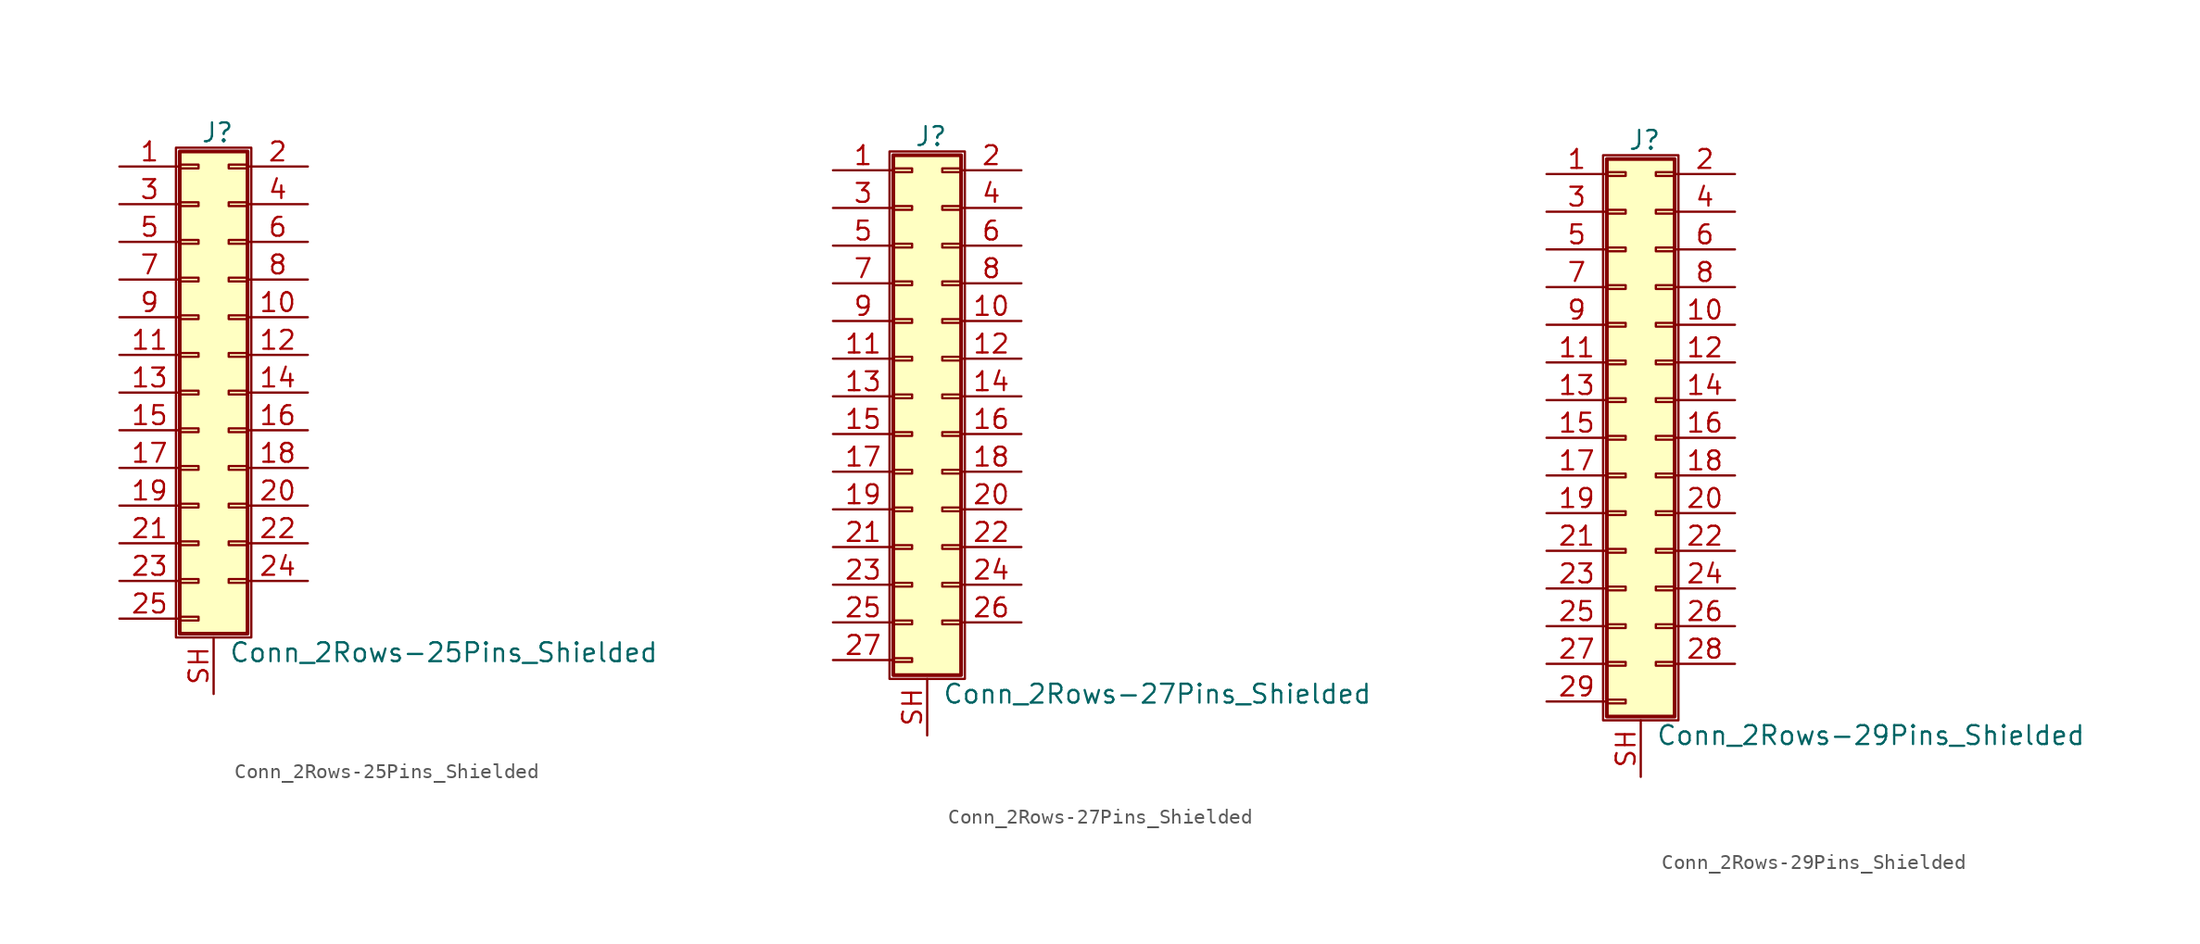
<source format=kicad_sym>
(kicad_symbol_lib
  (version 20201005)
  (generator kicad_symbol_editor)
  (symbol "Conn_2Rows-25Pins_Shielded"
    (pin_names
      (offset 1.016) hide)
    (property "Reference" "J"
      (at 1.524 17.526 0)
      (effects (font (size 1.27 1.27))))
    (property "Value" "Conn_2Rows-25Pins_Shielded"
      (at 2.286 -17.526 0)
      (effects (font (size 1.27 1.27)) (justify left)))
    (symbol "Conn_2Rows-25Pins_Shielded_1_1"
      (rectangle (start -1.27 16.51) (end 3.81 -16.51) (stroke (width 0.152)) (fill (type none)))
      (rectangle (start -1.016 -15.113) (end 0.254 -15.367) (stroke (width 0.152)) (fill (type none)))
      (rectangle (start -1.016 -12.573) (end 0.254 -12.827) (stroke (width 0.152)) (fill (type none)))
      (rectangle (start -1.016 -10.033) (end 0.254 -10.287) (stroke (width 0.152)) (fill (type none)))
      (rectangle (start -1.016 -7.493) (end 0.254 -7.747) (stroke (width 0.152)) (fill (type none)))
      (rectangle (start -1.016 -4.953) (end 0.254 -5.207) (stroke (width 0.152)) (fill (type none)))
      (rectangle (start -1.016 -2.413) (end 0.254 -2.667) (stroke (width 0.152)) (fill (type none)))
      (rectangle (start -1.016 0.127) (end 0.254 -0.127) (stroke (width 0.152)) (fill (type none)))
      (rectangle (start -1.016 2.667) (end 0.254 2.413) (stroke (width 0.152)) (fill (type none)))
      (rectangle (start -1.016 5.207) (end 0.254 4.953) (stroke (width 0.152)) (fill (type none)))
      (rectangle (start -1.016 7.747) (end 0.254 7.493) (stroke (width 0.152)) (fill (type none)))
      (rectangle (start -1.016 10.287) (end 0.254 10.033) (stroke (width 0.152)) (fill (type none)))
      (rectangle (start -1.016 12.827) (end 0.254 12.573) (stroke (width 0.152)) (fill (type none)))
      (rectangle (start -1.016 15.367) (end 0.254 15.113) (stroke (width 0.152)) (fill (type none)))
      (rectangle (start -1.016 16.256) (end 3.556 -16.256) (stroke (width 0.254)) (fill (type background)))
      (rectangle (start 3.556 -12.573) (end 2.286 -12.827) (stroke (width 0.152)) (fill (type none)))
      (rectangle (start 3.556 -10.033) (end 2.286 -10.287) (stroke (width 0.152)) (fill (type none)))
      (rectangle (start 3.556 -7.493) (end 2.286 -7.747) (stroke (width 0.152)) (fill (type none)))
      (rectangle (start 3.556 -4.953) (end 2.286 -5.207) (stroke (width 0.152)) (fill (type none)))
      (rectangle (start 3.556 -2.413) (end 2.286 -2.667) (stroke (width 0.152)) (fill (type none)))
      (rectangle (start 3.556 0.127) (end 2.286 -0.127) (stroke (width 0.152)) (fill (type none)))
      (rectangle (start 3.556 2.667) (end 2.286 2.413) (stroke (width 0.152)) (fill (type none)))
      (rectangle (start 3.556 5.207) (end 2.286 4.953) (stroke (width 0.152)) (fill (type none)))
      (rectangle (start 3.556 7.747) (end 2.286 7.493) (stroke (width 0.152)) (fill (type none)))
      (rectangle (start 3.556 10.287) (end 2.286 10.033) (stroke (width 0.152)) (fill (type none)))
      (rectangle (start 3.556 12.827) (end 2.286 12.573) (stroke (width 0.152)) (fill (type none)))
      (rectangle (start 3.556 15.367) (end 2.286 15.113) (stroke (width 0.152)) (fill (type none)))
      (pin passive line (at -5.08 15.24 0) (length 4.064) (name "Pin_1" (effects (font (size 1.27 1.27)))) (number "1" (effects (font (size 1.27 1.27)))))
      (pin passive line (at 7.62 5.08 180) (length 4.064) (name "Pin_10" (effects (font (size 1.27 1.27)))) (number "10" (effects (font (size 1.27 1.27)))))
      (pin passive line (at -5.08 2.54 0) (length 4.064) (name "Pin_11" (effects (font (size 1.27 1.27)))) (number "11" (effects (font (size 1.27 1.27)))))
      (pin passive line (at 7.62 2.54 180) (length 4.064) (name "Pin_12" (effects (font (size 1.27 1.27)))) (number "12" (effects (font (size 1.27 1.27)))))
      (pin passive line (at -5.08 0 0) (length 4.064) (name "Pin_13" (effects (font (size 1.27 1.27)))) (number "13" (effects (font (size 1.27 1.27)))))
      (pin passive line (at 7.62 0 180) (length 4.064) (name "Pin_14" (effects (font (size 1.27 1.27)))) (number "14" (effects (font (size 1.27 1.27)))))
      (pin passive line (at -5.08 -2.54 0) (length 4.064) (name "Pin_15" (effects (font (size 1.27 1.27)))) (number "15" (effects (font (size 1.27 1.27)))))
      (pin passive line (at 7.62 -2.54 180) (length 4.064) (name "Pin_16" (effects (font (size 1.27 1.27)))) (number "16" (effects (font (size 1.27 1.27)))))
      (pin passive line (at -5.08 -5.08 0) (length 4.064) (name "Pin_17" (effects (font (size 1.27 1.27)))) (number "17" (effects (font (size 1.27 1.27)))))
      (pin passive line (at 7.62 -5.08 180) (length 4.064) (name "Pin_18" (effects (font (size 1.27 1.27)))) (number "18" (effects (font (size 1.27 1.27)))))
      (pin passive line (at -5.08 -7.62 0) (length 4.064) (name "Pin_19" (effects (font (size 1.27 1.27)))) (number "19" (effects (font (size 1.27 1.27)))))
      (pin passive line (at 7.62 15.24 180) (length 4.064) (name "Pin_2" (effects (font (size 1.27 1.27)))) (number "2" (effects (font (size 1.27 1.27)))))
      (pin passive line (at 7.62 -7.62 180) (length 4.064) (name "Pin_20" (effects (font (size 1.27 1.27)))) (number "20" (effects (font (size 1.27 1.27)))))
      (pin passive line (at -5.08 -10.16 0) (length 4.064) (name "Pin_21" (effects (font (size 1.27 1.27)))) (number "21" (effects (font (size 1.27 1.27)))))
      (pin passive line (at 7.62 -10.16 180) (length 4.064) (name "Pin_22" (effects (font (size 1.27 1.27)))) (number "22" (effects (font (size 1.27 1.27)))))
      (pin passive line (at -5.08 -12.7 0) (length 4.064) (name "Pin_23" (effects (font (size 1.27 1.27)))) (number "23" (effects (font (size 1.27 1.27)))))
      (pin passive line (at 7.62 -12.7 180) (length 4.064) (name "Pin_24" (effects (font (size 1.27 1.27)))) (number "24" (effects (font (size 1.27 1.27)))))
      (pin passive line (at -5.08 -15.24 0) (length 4.064) (name "Pin_25" (effects (font (size 1.27 1.27)))) (number "25" (effects (font (size 1.27 1.27)))))
      (pin passive line (at -5.08 12.7 0) (length 4.064) (name "Pin_3" (effects (font (size 1.27 1.27)))) (number "3" (effects (font (size 1.27 1.27)))))
      (pin passive line (at 7.62 12.7 180) (length 4.064) (name "Pin_4" (effects (font (size 1.27 1.27)))) (number "4" (effects (font (size 1.27 1.27)))))
      (pin passive line (at -5.08 10.16 0) (length 4.064) (name "Pin_5" (effects (font (size 1.27 1.27)))) (number "5" (effects (font (size 1.27 1.27)))))
      (pin passive line (at 7.62 10.16 180) (length 4.064) (name "Pin_6" (effects (font (size 1.27 1.27)))) (number "6" (effects (font (size 1.27 1.27)))))
      (pin passive line (at -5.08 7.62 0) (length 4.064) (name "Pin_7" (effects (font (size 1.27 1.27)))) (number "7" (effects (font (size 1.27 1.27)))))
      (pin passive line (at 7.62 7.62 180) (length 4.064) (name "Pin_8" (effects (font (size 1.27 1.27)))) (number "8" (effects (font (size 1.27 1.27)))))
      (pin passive line (at -5.08 5.08 0) (length 4.064) (name "Pin_9" (effects (font (size 1.27 1.27)))) (number "9" (effects (font (size 1.27 1.27)))))
      (pin passive line (at 1.27 -20.32 90) (length 3.81) (name "Shield" (effects (font (size 1.27 1.27)))) (number "SH" (effects (font (size 1.27 1.27)))))))
  (symbol "Conn_2Rows-27Pins_Shielded"
    (pin_names
      (offset 1.016) hide)
    (property "Reference" "J"
      (at 1.524 17.526 0)
      (effects (font (size 1.27 1.27))))
    (property "Value" "Conn_2Rows-27Pins_Shielded"
      (at 2.286 -20.066 0)
      (effects (font (size 1.27 1.27)) (justify left)))
    (symbol "Conn_2Rows-27Pins_Shielded_1_1"
      (rectangle (start -1.27 16.51) (end 3.81 -19.05) (stroke (width 0.152)) (fill (type none)))
      (rectangle (start -1.016 -17.653) (end 0.254 -17.907) (stroke (width 0.152)) (fill (type none)))
      (rectangle (start -1.016 -15.113) (end 0.254 -15.367) (stroke (width 0.152)) (fill (type none)))
      (rectangle (start -1.016 -12.573) (end 0.254 -12.827) (stroke (width 0.152)) (fill (type none)))
      (rectangle (start -1.016 -10.033) (end 0.254 -10.287) (stroke (width 0.152)) (fill (type none)))
      (rectangle (start -1.016 -7.493) (end 0.254 -7.747) (stroke (width 0.152)) (fill (type none)))
      (rectangle (start -1.016 -4.953) (end 0.254 -5.207) (stroke (width 0.152)) (fill (type none)))
      (rectangle (start -1.016 -2.413) (end 0.254 -2.667) (stroke (width 0.152)) (fill (type none)))
      (rectangle (start -1.016 0.127) (end 0.254 -0.127) (stroke (width 0.152)) (fill (type none)))
      (rectangle (start -1.016 2.667) (end 0.254 2.413) (stroke (width 0.152)) (fill (type none)))
      (rectangle (start -1.016 5.207) (end 0.254 4.953) (stroke (width 0.152)) (fill (type none)))
      (rectangle (start -1.016 7.747) (end 0.254 7.493) (stroke (width 0.152)) (fill (type none)))
      (rectangle (start -1.016 10.287) (end 0.254 10.033) (stroke (width 0.152)) (fill (type none)))
      (rectangle (start -1.016 12.827) (end 0.254 12.573) (stroke (width 0.152)) (fill (type none)))
      (rectangle (start -1.016 15.367) (end 0.254 15.113) (stroke (width 0.152)) (fill (type none)))
      (rectangle (start -1.016 16.256) (end 3.556 -18.796) (stroke (width 0.254)) (fill (type background)))
      (rectangle (start 3.556 -15.113) (end 2.286 -15.367) (stroke (width 0.152)) (fill (type none)))
      (rectangle (start 3.556 -12.573) (end 2.286 -12.827) (stroke (width 0.152)) (fill (type none)))
      (rectangle (start 3.556 -10.033) (end 2.286 -10.287) (stroke (width 0.152)) (fill (type none)))
      (rectangle (start 3.556 -7.493) (end 2.286 -7.747) (stroke (width 0.152)) (fill (type none)))
      (rectangle (start 3.556 -4.953) (end 2.286 -5.207) (stroke (width 0.152)) (fill (type none)))
      (rectangle (start 3.556 -2.413) (end 2.286 -2.667) (stroke (width 0.152)) (fill (type none)))
      (rectangle (start 3.556 0.127) (end 2.286 -0.127) (stroke (width 0.152)) (fill (type none)))
      (rectangle (start 3.556 2.667) (end 2.286 2.413) (stroke (width 0.152)) (fill (type none)))
      (rectangle (start 3.556 5.207) (end 2.286 4.953) (stroke (width 0.152)) (fill (type none)))
      (rectangle (start 3.556 7.747) (end 2.286 7.493) (stroke (width 0.152)) (fill (type none)))
      (rectangle (start 3.556 10.287) (end 2.286 10.033) (stroke (width 0.152)) (fill (type none)))
      (rectangle (start 3.556 12.827) (end 2.286 12.573) (stroke (width 0.152)) (fill (type none)))
      (rectangle (start 3.556 15.367) (end 2.286 15.113) (stroke (width 0.152)) (fill (type none)))
      (pin passive line (at -5.08 15.24 0) (length 4.064) (name "Pin_1" (effects (font (size 1.27 1.27)))) (number "1" (effects (font (size 1.27 1.27)))))
      (pin passive line (at 7.62 5.08 180) (length 4.064) (name "Pin_10" (effects (font (size 1.27 1.27)))) (number "10" (effects (font (size 1.27 1.27)))))
      (pin passive line (at -5.08 2.54 0) (length 4.064) (name "Pin_11" (effects (font (size 1.27 1.27)))) (number "11" (effects (font (size 1.27 1.27)))))
      (pin passive line (at 7.62 2.54 180) (length 4.064) (name "Pin_12" (effects (font (size 1.27 1.27)))) (number "12" (effects (font (size 1.27 1.27)))))
      (pin passive line (at -5.08 0 0) (length 4.064) (name "Pin_13" (effects (font (size 1.27 1.27)))) (number "13" (effects (font (size 1.27 1.27)))))
      (pin passive line (at 7.62 0 180) (length 4.064) (name "Pin_14" (effects (font (size 1.27 1.27)))) (number "14" (effects (font (size 1.27 1.27)))))
      (pin passive line (at -5.08 -2.54 0) (length 4.064) (name "Pin_15" (effects (font (size 1.27 1.27)))) (number "15" (effects (font (size 1.27 1.27)))))
      (pin passive line (at 7.62 -2.54 180) (length 4.064) (name "Pin_16" (effects (font (size 1.27 1.27)))) (number "16" (effects (font (size 1.27 1.27)))))
      (pin passive line (at -5.08 -5.08 0) (length 4.064) (name "Pin_17" (effects (font (size 1.27 1.27)))) (number "17" (effects (font (size 1.27 1.27)))))
      (pin passive line (at 7.62 -5.08 180) (length 4.064) (name "Pin_18" (effects (font (size 1.27 1.27)))) (number "18" (effects (font (size 1.27 1.27)))))
      (pin passive line (at -5.08 -7.62 0) (length 4.064) (name "Pin_19" (effects (font (size 1.27 1.27)))) (number "19" (effects (font (size 1.27 1.27)))))
      (pin passive line (at 7.62 15.24 180) (length 4.064) (name "Pin_2" (effects (font (size 1.27 1.27)))) (number "2" (effects (font (size 1.27 1.27)))))
      (pin passive line (at 7.62 -7.62 180) (length 4.064) (name "Pin_20" (effects (font (size 1.27 1.27)))) (number "20" (effects (font (size 1.27 1.27)))))
      (pin passive line (at -5.08 -10.16 0) (length 4.064) (name "Pin_21" (effects (font (size 1.27 1.27)))) (number "21" (effects (font (size 1.27 1.27)))))
      (pin passive line (at 7.62 -10.16 180) (length 4.064) (name "Pin_22" (effects (font (size 1.27 1.27)))) (number "22" (effects (font (size 1.27 1.27)))))
      (pin passive line (at -5.08 -12.7 0) (length 4.064) (name "Pin_23" (effects (font (size 1.27 1.27)))) (number "23" (effects (font (size 1.27 1.27)))))
      (pin passive line (at 7.62 -12.7 180) (length 4.064) (name "Pin_24" (effects (font (size 1.27 1.27)))) (number "24" (effects (font (size 1.27 1.27)))))
      (pin passive line (at -5.08 -15.24 0) (length 4.064) (name "Pin_25" (effects (font (size 1.27 1.27)))) (number "25" (effects (font (size 1.27 1.27)))))
      (pin passive line (at 7.62 -15.24 180) (length 4.064) (name "Pin_26" (effects (font (size 1.27 1.27)))) (number "26" (effects (font (size 1.27 1.27)))))
      (pin passive line (at -5.08 -17.78 0) (length 4.064) (name "Pin_27" (effects (font (size 1.27 1.27)))) (number "27" (effects (font (size 1.27 1.27)))))
      (pin passive line (at -5.08 12.7 0) (length 4.064) (name "Pin_3" (effects (font (size 1.27 1.27)))) (number "3" (effects (font (size 1.27 1.27)))))
      (pin passive line (at 7.62 12.7 180) (length 4.064) (name "Pin_4" (effects (font (size 1.27 1.27)))) (number "4" (effects (font (size 1.27 1.27)))))
      (pin passive line (at -5.08 10.16 0) (length 4.064) (name "Pin_5" (effects (font (size 1.27 1.27)))) (number "5" (effects (font (size 1.27 1.27)))))
      (pin passive line (at 7.62 10.16 180) (length 4.064) (name "Pin_6" (effects (font (size 1.27 1.27)))) (number "6" (effects (font (size 1.27 1.27)))))
      (pin passive line (at -5.08 7.62 0) (length 4.064) (name "Pin_7" (effects (font (size 1.27 1.27)))) (number "7" (effects (font (size 1.27 1.27)))))
      (pin passive line (at 7.62 7.62 180) (length 4.064) (name "Pin_8" (effects (font (size 1.27 1.27)))) (number "8" (effects (font (size 1.27 1.27)))))
      (pin passive line (at -5.08 5.08 0) (length 4.064) (name "Pin_9" (effects (font (size 1.27 1.27)))) (number "9" (effects (font (size 1.27 1.27)))))
      (pin passive line (at 1.27 -22.86 90) (length 3.81) (name "Shield" (effects (font (size 1.27 1.27)))) (number "SH" (effects (font (size 1.27 1.27)))))))
  (symbol "Conn_2Rows-29Pins_Shielded"
    (pin_names
      (offset 1.016) hide)
    (property "Reference" "J"
      (at 1.524 20.066 0)
      (effects (font (size 1.27 1.27))))
    (property "Value" "Conn_2Rows-29Pins_Shielded"
      (at 2.286 -20.066 0)
      (effects (font (size 1.27 1.27)) (justify left)))
    (symbol "Conn_2Rows-29Pins_Shielded_1_1"
      (rectangle (start -1.27 19.05) (end 3.81 -19.05) (stroke (width 0.152)) (fill (type none)))
      (rectangle (start -1.016 -17.653) (end 0.254 -17.907) (stroke (width 0.152)) (fill (type none)))
      (rectangle (start -1.016 -15.113) (end 0.254 -15.367) (stroke (width 0.152)) (fill (type none)))
      (rectangle (start -1.016 -12.573) (end 0.254 -12.827) (stroke (width 0.152)) (fill (type none)))
      (rectangle (start -1.016 -10.033) (end 0.254 -10.287) (stroke (width 0.152)) (fill (type none)))
      (rectangle (start -1.016 -7.493) (end 0.254 -7.747) (stroke (width 0.152)) (fill (type none)))
      (rectangle (start -1.016 -4.953) (end 0.254 -5.207) (stroke (width 0.152)) (fill (type none)))
      (rectangle (start -1.016 -2.413) (end 0.254 -2.667) (stroke (width 0.152)) (fill (type none)))
      (rectangle (start -1.016 0.127) (end 0.254 -0.127) (stroke (width 0.152)) (fill (type none)))
      (rectangle (start -1.016 2.667) (end 0.254 2.413) (stroke (width 0.152)) (fill (type none)))
      (rectangle (start -1.016 5.207) (end 0.254 4.953) (stroke (width 0.152)) (fill (type none)))
      (rectangle (start -1.016 7.747) (end 0.254 7.493) (stroke (width 0.152)) (fill (type none)))
      (rectangle (start -1.016 10.287) (end 0.254 10.033) (stroke (width 0.152)) (fill (type none)))
      (rectangle (start -1.016 12.827) (end 0.254 12.573) (stroke (width 0.152)) (fill (type none)))
      (rectangle (start -1.016 15.367) (end 0.254 15.113) (stroke (width 0.152)) (fill (type none)))
      (rectangle (start -1.016 17.907) (end 0.254 17.653) (stroke (width 0.152)) (fill (type none)))
      (rectangle (start -1.016 18.796) (end 3.556 -18.796) (stroke (width 0.254)) (fill (type background)))
      (rectangle (start 3.556 -15.113) (end 2.286 -15.367) (stroke (width 0.152)) (fill (type none)))
      (rectangle (start 3.556 -12.573) (end 2.286 -12.827) (stroke (width 0.152)) (fill (type none)))
      (rectangle (start 3.556 -10.033) (end 2.286 -10.287) (stroke (width 0.152)) (fill (type none)))
      (rectangle (start 3.556 -7.493) (end 2.286 -7.747) (stroke (width 0.152)) (fill (type none)))
      (rectangle (start 3.556 -4.953) (end 2.286 -5.207) (stroke (width 0.152)) (fill (type none)))
      (rectangle (start 3.556 -2.413) (end 2.286 -2.667) (stroke (width 0.152)) (fill (type none)))
      (rectangle (start 3.556 0.127) (end 2.286 -0.127) (stroke (width 0.152)) (fill (type none)))
      (rectangle (start 3.556 2.667) (end 2.286 2.413) (stroke (width 0.152)) (fill (type none)))
      (rectangle (start 3.556 5.207) (end 2.286 4.953) (stroke (width 0.152)) (fill (type none)))
      (rectangle (start 3.556 7.747) (end 2.286 7.493) (stroke (width 0.152)) (fill (type none)))
      (rectangle (start 3.556 10.287) (end 2.286 10.033) (stroke (width 0.152)) (fill (type none)))
      (rectangle (start 3.556 12.827) (end 2.286 12.573) (stroke (width 0.152)) (fill (type none)))
      (rectangle (start 3.556 15.367) (end 2.286 15.113) (stroke (width 0.152)) (fill (type none)))
      (rectangle (start 3.556 17.907) (end 2.286 17.653) (stroke (width 0.152)) (fill (type none)))
      (pin passive line (at -5.08 17.78 0) (length 4.064) (name "Pin_1" (effects (font (size 1.27 1.27)))) (number "1" (effects (font (size 1.27 1.27)))))
      (pin passive line (at 7.62 7.62 180) (length 4.064) (name "Pin_10" (effects (font (size 1.27 1.27)))) (number "10" (effects (font (size 1.27 1.27)))))
      (pin passive line (at -5.08 5.08 0) (length 4.064) (name "Pin_11" (effects (font (size 1.27 1.27)))) (number "11" (effects (font (size 1.27 1.27)))))
      (pin passive line (at 7.62 5.08 180) (length 4.064) (name "Pin_12" (effects (font (size 1.27 1.27)))) (number "12" (effects (font (size 1.27 1.27)))))
      (pin passive line (at -5.08 2.54 0) (length 4.064) (name "Pin_13" (effects (font (size 1.27 1.27)))) (number "13" (effects (font (size 1.27 1.27)))))
      (pin passive line (at 7.62 2.54 180) (length 4.064) (name "Pin_14" (effects (font (size 1.27 1.27)))) (number "14" (effects (font (size 1.27 1.27)))))
      (pin passive line (at -5.08 0 0) (length 4.064) (name "Pin_15" (effects (font (size 1.27 1.27)))) (number "15" (effects (font (size 1.27 1.27)))))
      (pin passive line (at 7.62 0 180) (length 4.064) (name "Pin_16" (effects (font (size 1.27 1.27)))) (number "16" (effects (font (size 1.27 1.27)))))
      (pin passive line (at -5.08 -2.54 0) (length 4.064) (name "Pin_17" (effects (font (size 1.27 1.27)))) (number "17" (effects (font (size 1.27 1.27)))))
      (pin passive line (at 7.62 -2.54 180) (length 4.064) (name "Pin_18" (effects (font (size 1.27 1.27)))) (number "18" (effects (font (size 1.27 1.27)))))
      (pin passive line (at -5.08 -5.08 0) (length 4.064) (name "Pin_19" (effects (font (size 1.27 1.27)))) (number "19" (effects (font (size 1.27 1.27)))))
      (pin passive line (at 7.62 17.78 180) (length 4.064) (name "Pin_2" (effects (font (size 1.27 1.27)))) (number "2" (effects (font (size 1.27 1.27)))))
      (pin passive line (at 7.62 -5.08 180) (length 4.064) (name "Pin_20" (effects (font (size 1.27 1.27)))) (number "20" (effects (font (size 1.27 1.27)))))
      (pin passive line (at -5.08 -7.62 0) (length 4.064) (name "Pin_21" (effects (font (size 1.27 1.27)))) (number "21" (effects (font (size 1.27 1.27)))))
      (pin passive line (at 7.62 -7.62 180) (length 4.064) (name "Pin_22" (effects (font (size 1.27 1.27)))) (number "22" (effects (font (size 1.27 1.27)))))
      (pin passive line (at -5.08 -10.16 0) (length 4.064) (name "Pin_23" (effects (font (size 1.27 1.27)))) (number "23" (effects (font (size 1.27 1.27)))))
      (pin passive line (at 7.62 -10.16 180) (length 4.064) (name "Pin_24" (effects (font (size 1.27 1.27)))) (number "24" (effects (font (size 1.27 1.27)))))
      (pin passive line (at -5.08 -12.7 0) (length 4.064) (name "Pin_25" (effects (font (size 1.27 1.27)))) (number "25" (effects (font (size 1.27 1.27)))))
      (pin passive line (at 7.62 -12.7 180) (length 4.064) (name "Pin_26" (effects (font (size 1.27 1.27)))) (number "26" (effects (font (size 1.27 1.27)))))
      (pin passive line (at -5.08 -15.24 0) (length 4.064) (name "Pin_27" (effects (font (size 1.27 1.27)))) (number "27" (effects (font (size 1.27 1.27)))))
      (pin passive line (at 7.62 -15.24 180) (length 4.064) (name "Pin_28" (effects (font (size 1.27 1.27)))) (number "28" (effects (font (size 1.27 1.27)))))
      (pin passive line (at -5.08 -17.78 0) (length 4.064) (name "Pin_29" (effects (font (size 1.27 1.27)))) (number "29" (effects (font (size 1.27 1.27)))))
      (pin passive line (at -5.08 15.24 0) (length 4.064) (name "Pin_3" (effects (font (size 1.27 1.27)))) (number "3" (effects (font (size 1.27 1.27)))))
      (pin passive line (at 7.62 15.24 180) (length 4.064) (name "Pin_4" (effects (font (size 1.27 1.27)))) (number "4" (effects (font (size 1.27 1.27)))))
      (pin passive line (at -5.08 12.7 0) (length 4.064) (name "Pin_5" (effects (font (size 1.27 1.27)))) (number "5" (effects (font (size 1.27 1.27)))))
      (pin passive line (at 7.62 12.7 180) (length 4.064) (name "Pin_6" (effects (font (size 1.27 1.27)))) (number "6" (effects (font (size 1.27 1.27)))))
      (pin passive line (at -5.08 10.16 0) (length 4.064) (name "Pin_7" (effects (font (size 1.27 1.27)))) (number "7" (effects (font (size 1.27 1.27)))))
      (pin passive line (at 7.62 10.16 180) (length 4.064) (name "Pin_8" (effects (font (size 1.27 1.27)))) (number "8" (effects (font (size 1.27 1.27)))))
      (pin passive line (at -5.08 7.62 0) (length 4.064) (name "Pin_9" (effects (font (size 1.27 1.27)))) (number "9" (effects (font (size 1.27 1.27)))))
      (pin passive line (at 1.27 -22.86 90) (length 3.81) (name "Shield" (effects (font (size 1.27 1.27)))) (number "SH" (effects (font (size 1.27 1.27))))))))
</source>
